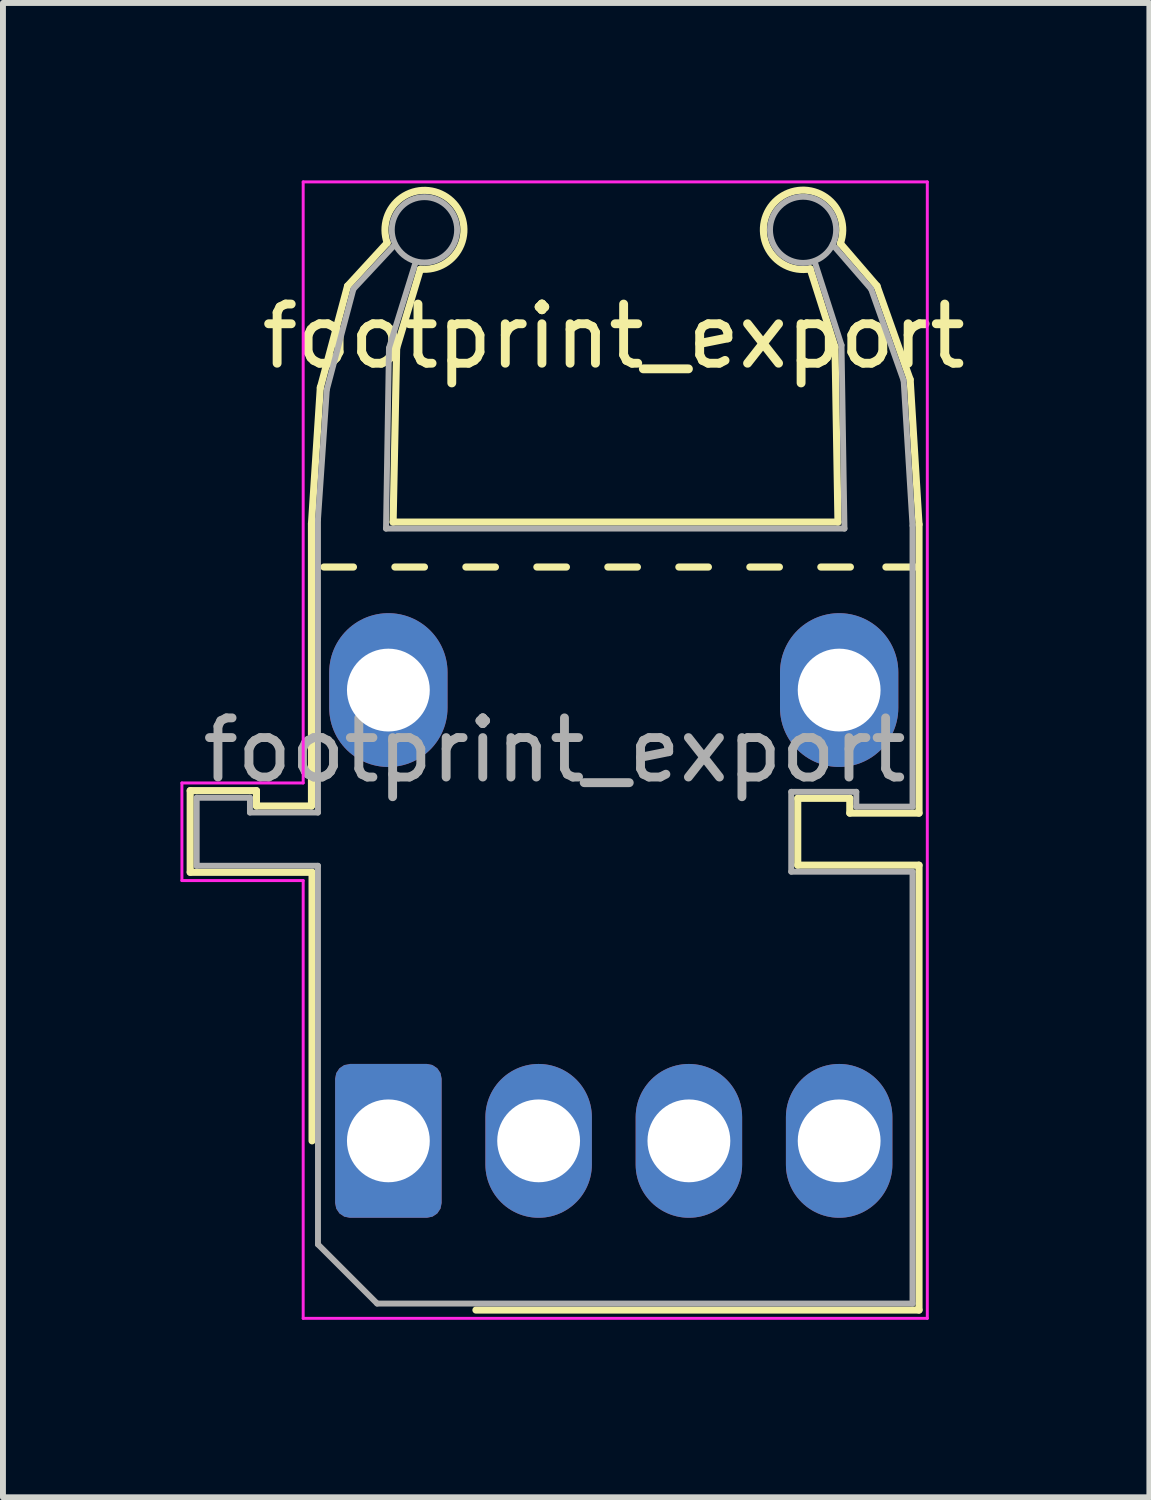
<source format=kicad_pcb>
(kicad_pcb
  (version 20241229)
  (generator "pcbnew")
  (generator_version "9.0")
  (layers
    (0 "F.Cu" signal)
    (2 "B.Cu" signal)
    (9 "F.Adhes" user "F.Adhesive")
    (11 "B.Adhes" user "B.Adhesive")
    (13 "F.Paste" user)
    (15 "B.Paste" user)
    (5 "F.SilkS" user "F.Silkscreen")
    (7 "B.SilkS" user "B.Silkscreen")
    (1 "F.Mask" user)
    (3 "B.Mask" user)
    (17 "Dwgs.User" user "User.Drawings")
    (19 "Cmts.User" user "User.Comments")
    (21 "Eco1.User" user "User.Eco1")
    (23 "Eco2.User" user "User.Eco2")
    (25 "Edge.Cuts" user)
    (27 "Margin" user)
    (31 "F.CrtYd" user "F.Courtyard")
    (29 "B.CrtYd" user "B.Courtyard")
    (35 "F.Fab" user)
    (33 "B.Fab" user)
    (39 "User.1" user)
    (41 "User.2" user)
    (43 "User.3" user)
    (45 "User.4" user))
  (footprint "footprint_export"
    (layer "F.Cu")
    (at 3.515 16.235)
    (property "Reference" "footprint_export" (at 3.81 -13.6 0) (layer "F.SilkS") (effects (font (size 1 1) (thickness 0.15))))
    (attr through_hole)
    (fp_line (start -3.35 -5.92) (end -2.23 -5.92) (stroke (width 0.12) (type solid)) (layer "F.SilkS"))
    (fp_line (start -3.35 -4.54) (end -3.35 -5.92) (stroke (width 0.12) (type solid)) (layer "F.SilkS"))
    (fp_line (start -2.23 -5.66) (end -2.23 -5.92) (stroke (width 0.12) (type solid)) (layer "F.SilkS"))
    (fp_line (start -2.23 -5.66) (end -1.3 -5.66) (stroke (width 0.12) (type solid)) (layer "F.SilkS"))
    (fp_line (start -1.3 -10.43) (end -1.15 -12.74) (stroke (width 0.12) (type solid)) (layer "F.SilkS"))
    (fp_line (start -1.3 -5.66) (end -1.3 -10.43) (stroke (width 0.12) (type solid)) (layer "F.SilkS"))
    (fp_line (start -1.29 -4.54) (end -3.35 -4.54) (stroke (width 0.12) (type solid)) (layer "F.SilkS"))
    (fp_line (start -1.29 -4.54) (end -1.29 0.000043) (stroke (width 0.12) (type solid)) (layer "F.SilkS"))
    (fp_line (start -1.15 -12.73) (end -0.69 -14.45) (stroke (width 0.12) (type solid)) (layer "F.SilkS"))
    (fp_line (start -0.69 -14.45) (end -0.02 -15.18) (stroke (width 0.12) (type solid)) (layer "F.SilkS"))
    (fp_line (start -0.59 -9.7) (end -1.09 -9.7) (stroke (width 0.12) (type solid)) (layer "F.SilkS"))
    (fp_line (start 0.08 -10.46) (end 0.14 -13.4) (stroke (width 0.12) (type solid)) (layer "F.SilkS"))
    (fp_line (start 0.14 -13.4) (end 0.54 -14.73) (stroke (width 0.12) (type solid)) (layer "F.SilkS"))
    (fp_line (start 0.61 -9.7) (end 0.11 -9.7) (stroke (width 0.12) (type solid)) (layer "F.SilkS"))
    (fp_line (start 1.48 2.86) (end 8.97 2.86) (stroke (width 0.12) (type solid)) (layer "F.SilkS"))
    (fp_line (start 1.81 -9.7) (end 1.31 -9.7) (stroke (width 0.12) (type solid)) (layer "F.SilkS"))
    (fp_line (start 3.01 -9.7) (end 2.51 -9.7) (stroke (width 0.12) (type solid)) (layer "F.SilkS"))
    (fp_line (start 4.21 -9.7) (end 3.71 -9.7) (stroke (width 0.12) (type solid)) (layer "F.SilkS"))
    (fp_line (start 5.41 -9.7) (end 4.91 -9.7) (stroke (width 0.12) (type solid)) (layer "F.SilkS"))
    (fp_line (start 6.61 -9.7) (end 6.11 -9.7) (stroke (width 0.12) (type solid)) (layer "F.SilkS"))
    (fp_line (start 6.92 -5.79) (end 7.8 -5.79) (stroke (width 0.12) (type solid)) (layer "F.SilkS"))
    (fp_line (start 6.92 -4.66) (end 6.92 -5.79) (stroke (width 0.12) (type solid)) (layer "F.SilkS"))
    (fp_line (start 7.55 -13.42) (end 7.13 -14.74) (stroke (width 0.12) (type solid)) (layer "F.SilkS"))
    (fp_line (start 7.6 -10.46) (end 0.08 -10.46) (stroke (width 0.12) (type solid)) (layer "F.SilkS"))
    (fp_line (start 7.6 -10.46) (end 7.55 -13.42) (stroke (width 0.12) (type solid)) (layer "F.SilkS"))
    (fp_line (start 7.8 -5.54) (end 7.8 -5.79) (stroke (width 0.12) (type solid)) (layer "F.SilkS"))
    (fp_line (start 7.8 -5.54) (end 8.97 -5.54) (stroke (width 0.12) (type solid)) (layer "F.SilkS"))
    (fp_line (start 7.81 -9.7) (end 7.31 -9.7) (stroke (width 0.12) (type solid)) (layer "F.SilkS"))
    (fp_line (start 8.26 -14.45) (end 7.64 -15.17) (stroke (width 0.12) (type solid)) (layer "F.SilkS"))
    (fp_line (start 8.82 -12.87) (end 8.26 -14.45) (stroke (width 0.12) (type solid)) (layer "F.SilkS"))
    (fp_line (start 8.91 -9.7) (end 8.41 -9.7) (stroke (width 0.12) (type solid)) (layer "F.SilkS"))
    (fp_line (start 8.97 -10.42) (end 8.82 -12.87) (stroke (width 0.12) (type solid)) (layer "F.SilkS"))
    (fp_line (start 8.97 -5.54) (end 8.97 -10.42) (stroke (width 0.12) (type solid)) (layer "F.SilkS"))
    (fp_line (start 8.97 -4.66) (end 6.92 -4.66) (stroke (width 0.12) (type solid)) (layer "F.SilkS"))
    (fp_line (start 8.97 2.86) (end 8.97 -4.66) (stroke (width 0.12) (type solid)) (layer "F.SilkS"))
    (fp_arc (start -0.02 -15.18) (mid 1.024518 -15.922948) (end 0.53962 -14.736414) (stroke (width 0.12) (type solid)) (layer "F.SilkS"))
    (fp_arc (start 7.129973 -14.740147) (mid 6.577787 -15.912827) (end 7.64 -15.17) (stroke (width 0.12) (type solid)) (layer "F.SilkS"))
    (fp_line (start -3.49 -6.05) (end -3.49 -4.4) (stroke (width 0.05) (type solid)) (layer "F.CrtYd"))
    (fp_line (start -3.49 -4.4) (end -1.44 -4.4) (stroke (width 0.05) (type solid)) (layer "F.CrtYd"))
    (fp_line (start -1.44 -16.21) (end -1.44 -6.05) (stroke (width 0.05) (type solid)) (layer "F.CrtYd"))
    (fp_line (start -1.44 -16.21) (end 9.11 -16.21) (stroke (width 0.05) (type solid)) (layer "F.CrtYd"))
    (fp_line (start -1.44 -6.05) (end -3.49 -6.05) (stroke (width 0.05) (type solid)) (layer "F.CrtYd"))
    (fp_line (start -1.44 -4.4) (end -1.44 3) (stroke (width 0.05) (type solid)) (layer "F.CrtYd"))
    (fp_line (start 9.11 3) (end -1.44 3) (stroke (width 0.05) (type solid)) (layer "F.CrtYd"))
    (fp_line (start 9.11 3) (end 9.11 -16.21) (stroke (width 0.05) (type solid)) (layer "F.CrtYd"))
    (fp_line (start -3.24 -5.8) (end -3.24 -4.65) (stroke (width 0.1) (type solid)) (layer "F.Fab"))
    (fp_line (start -3.24 -4.65) (end -1.19 -4.65) (stroke (width 0.1) (type solid)) (layer "F.Fab"))
    (fp_line (start -2.34 -5.8) (end -3.24 -5.8) (stroke (width 0.1) (type solid)) (layer "F.Fab"))
    (fp_line (start -2.34 -5.55) (end -2.34 -5.8) (stroke (width 0.1) (type solid)) (layer "F.Fab"))
    (fp_line (start -1.19 -10.5) (end -1.19 -5.55) (stroke (width 0.1) (type solid)) (layer "F.Fab"))
    (fp_line (start -1.19 -5.55) (end -2.34 -5.55) (stroke (width 0.1) (type solid)) (layer "F.Fab"))
    (fp_line (start -1.19 -4.65) (end -1.19 1.75) (stroke (width 0.1) (type solid)) (layer "F.Fab"))
    (fp_line (start -1.04 -12.7) (end -1.19 -10.5) (stroke (width 0.1) (type solid)) (layer "F.Fab"))
    (fp_line (start -0.59 -14.4) (end -1.04 -12.7) (stroke (width 0.1) (type solid)) (layer "F.Fab"))
    (fp_line (start -0.19 2.75) (end -1.19 1.75) (stroke (width 0.1) (type solid)) (layer "F.Fab"))
    (fp_line (start -0.19 2.75) (end 8.86 2.75) (stroke (width 0.1) (type solid)) (layer "F.Fab"))
    (fp_line (start -0.04 -10.35) (end 0.01 -13.4) (stroke (width 0.1) (type solid)) (layer "F.Fab"))
    (fp_line (start 0.01 -13.4) (end 0.46 -14.85) (stroke (width 0.1) (type solid)) (layer "F.Fab"))
    (fp_line (start 0.11 -15.15) (end -0.59 -14.4) (stroke (width 0.1) (type solid)) (layer "F.Fab"))
    (fp_line (start 6.81 -5.9) (end 7.91 -5.9) (stroke (width 0.1) (type solid)) (layer "F.Fab"))
    (fp_line (start 6.81 -4.55) (end 6.81 -5.9) (stroke (width 0.1) (type solid)) (layer "F.Fab"))
    (fp_line (start 7.21 -14.85) (end 7.66 -13.45) (stroke (width 0.1) (type solid)) (layer "F.Fab"))
    (fp_line (start 7.66 -13.45) (end 7.71 -10.35) (stroke (width 0.1) (type solid)) (layer "F.Fab"))
    (fp_line (start 7.71 -10.35) (end -0.04 -10.35) (stroke (width 0.1) (type solid)) (layer "F.Fab"))
    (fp_line (start 7.91 -5.9) (end 7.91 -5.65) (stroke (width 0.1) (type solid)) (layer "F.Fab"))
    (fp_line (start 7.91 -5.65) (end 8.86 -5.65) (stroke (width 0.1) (type solid)) (layer "F.Fab"))
    (fp_line (start 8.16 -14.4) (end 7.51 -15.15) (stroke (width 0.1) (type solid)) (layer "F.Fab"))
    (fp_line (start 8.71 -12.85) (end 8.16 -14.4) (stroke (width 0.1) (type solid)) (layer "F.Fab"))
    (fp_line (start 8.86 -10.4) (end 8.71 -12.85) (stroke (width 0.1) (type solid)) (layer "F.Fab"))
    (fp_line (start 8.86 -5.65) (end 8.86 -10.4) (stroke (width 0.1) (type solid)) (layer "F.Fab"))
    (fp_line (start 8.86 -4.55) (end 6.81 -4.55) (stroke (width 0.1) (type solid)) (layer "F.Fab"))
    (fp_line (start 8.86 2.75) (end 8.86 -4.55) (stroke (width 0.1) (type solid)) (layer "F.Fab"))
    (fp_circle (center 0.61 -15.4) (end 0.66 -14.85) (stroke (width 0.1) (type solid)) (fill no) (layer "F.Fab"))
    (fp_circle (center 7.01 -15.4) (end 7.51 -15.15) (stroke (width 0.1) (type solid)) (fill no) (layer "F.Fab"))
    (fp_text user "${REFERENCE}" (at 2.81 -6.605 0) (layer "F.Fab") (effects (font (size 1 1) (thickness 0.15))))
    (pad "1" thru_hole roundrect (at 0 0) (size 1.8 2.6) (drill 1.4) (layers "*.Cu" "*.Mask") (roundrect_rratio 0.139))
    (pad "2" thru_hole oval (at 2.54 0) (size 1.8 2.6) (drill 1.4) (layers "*.Cu" "*.Mask"))
    (pad "3" thru_hole oval (at 5.08 0) (size 1.8 2.6) (drill 1.4) (layers "*.Cu" "*.Mask"))
    (pad "4" thru_hole oval (at 7.62 0) (size 1.8 2.6) (drill 1.4) (layers "*.Cu" "*.Mask"))
    (pad "5" thru_hole oval (at 7.62 -7.62) (size 2 2.6) (drill 1.4) (layers "*.Cu" "*.Mask"))
    (pad "6" thru_hole oval (at 0 -7.62) (size 2 2.6) (drill 1.4) (layers "*.Cu" "*.Mask")))
  (gr_rect
    (start -3 -3)
    (end 16.379 22.26)
    (stroke (width 0.1) (type default))
    (fill no)
    (layer "Edge.Cuts")))
</source>
